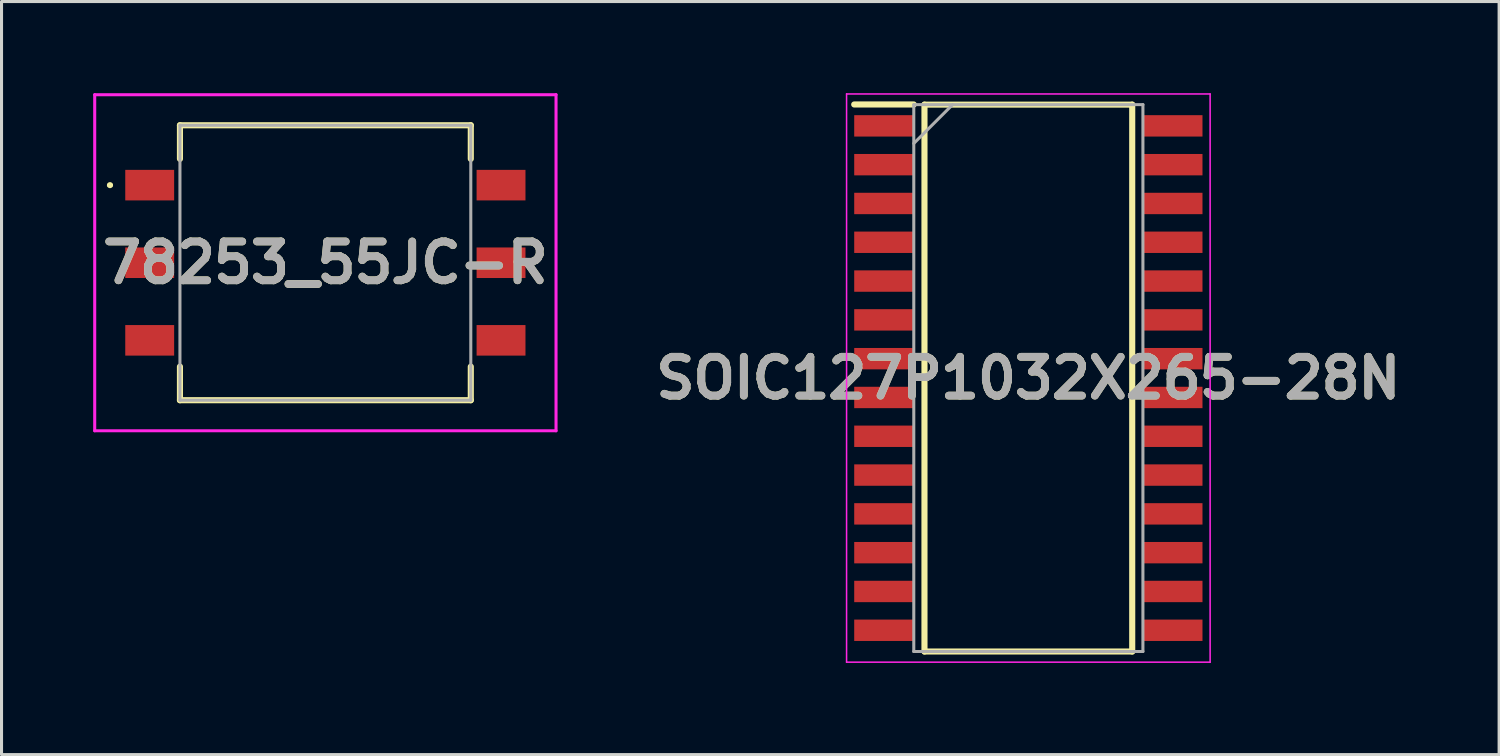
<source format=kicad_pcb>
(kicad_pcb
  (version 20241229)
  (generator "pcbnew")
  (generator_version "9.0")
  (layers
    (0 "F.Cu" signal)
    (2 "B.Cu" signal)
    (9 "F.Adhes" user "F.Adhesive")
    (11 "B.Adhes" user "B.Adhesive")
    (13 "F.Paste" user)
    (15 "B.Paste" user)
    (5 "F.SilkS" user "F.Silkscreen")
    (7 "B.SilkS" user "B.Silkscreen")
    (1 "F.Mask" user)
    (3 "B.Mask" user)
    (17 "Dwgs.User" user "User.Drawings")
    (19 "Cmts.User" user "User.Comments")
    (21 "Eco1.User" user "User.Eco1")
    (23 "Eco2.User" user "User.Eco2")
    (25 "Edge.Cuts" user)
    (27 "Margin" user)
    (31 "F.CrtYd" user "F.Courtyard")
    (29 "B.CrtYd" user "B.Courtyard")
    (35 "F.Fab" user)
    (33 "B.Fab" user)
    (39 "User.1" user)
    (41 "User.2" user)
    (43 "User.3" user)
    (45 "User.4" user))
  (footprint "SOIC127P1032X265-28N"
    (layer "F.Cu")
    (at 30.61 9.325)
    (property "Reference" "SOIC127P1032X265-28N" (at 0 0 0) (layer "F.SilkS") (effects (font (size 1.27 1.27) (thickness 0.254))))
    (attr smd)
    (fp_line (start -5.7 -8.955) (end -3.75 -8.955) (stroke (width 0.2) (type solid)) (layer "F.SilkS"))
    (fp_line (start -3.4 -8.95) (end 3.4 -8.95) (stroke (width 0.2) (type solid)) (layer "F.SilkS"))
    (fp_line (start -3.4 8.95) (end -3.4 -8.95) (stroke (width 0.2) (type solid)) (layer "F.SilkS"))
    (fp_line (start 3.4 -8.95) (end 3.4 8.95) (stroke (width 0.2) (type solid)) (layer "F.SilkS"))
    (fp_line (start 3.4 8.95) (end -3.4 8.95) (stroke (width 0.2) (type solid)) (layer "F.SilkS"))
    (fp_line (start -5.95 -9.3) (end 5.95 -9.3) (stroke (width 0.05) (type solid)) (layer "F.CrtYd"))
    (fp_line (start -5.95 9.3) (end -5.95 -9.3) (stroke (width 0.05) (type solid)) (layer "F.CrtYd"))
    (fp_line (start 5.95 -9.3) (end 5.95 9.3) (stroke (width 0.05) (type solid)) (layer "F.CrtYd"))
    (fp_line (start 5.95 9.3) (end -5.95 9.3) (stroke (width 0.05) (type solid)) (layer "F.CrtYd"))
    (fp_line (start -3.75 -8.95) (end 3.75 -8.95) (stroke (width 0.1) (type solid)) (layer "F.Fab"))
    (fp_line (start -3.75 -7.68) (end -2.48 -8.95) (stroke (width 0.1) (type solid)) (layer "F.Fab"))
    (fp_line (start -3.75 8.95) (end -3.75 -8.95) (stroke (width 0.1) (type solid)) (layer "F.Fab"))
    (fp_line (start 3.75 -8.95) (end 3.75 8.95) (stroke (width 0.1) (type solid)) (layer "F.Fab"))
    (fp_line (start 3.75 8.95) (end -3.75 8.95) (stroke (width 0.1) (type solid)) (layer "F.Fab"))
    (fp_text user "${REFERENCE}" (at 0 0 0) (layer "F.Fab") (effects (font (size 1.27 1.27) (thickness 0.254))))
    (pad "1" smd rect (at -4.725 -8.255 90) (size 0.7 1.95) (layers "F.Cu" "F.Mask" "F.Paste"))
    (pad "2" smd rect (at -4.725 -6.985 90) (size 0.7 1.95) (layers "F.Cu" "F.Mask" "F.Paste"))
    (pad "3" smd rect (at -4.725 -5.715 90) (size 0.7 1.95) (layers "F.Cu" "F.Mask" "F.Paste"))
    (pad "4" smd rect (at -4.725 -4.445 90) (size 0.7 1.95) (layers "F.Cu" "F.Mask" "F.Paste"))
    (pad "5" smd rect (at -4.725 -3.175 90) (size 0.7 1.95) (layers "F.Cu" "F.Mask" "F.Paste"))
    (pad "6" smd rect (at -4.725 -1.905 90) (size 0.7 1.95) (layers "F.Cu" "F.Mask" "F.Paste"))
    (pad "7" smd rect (at -4.725 -0.635 90) (size 0.7 1.95) (layers "F.Cu" "F.Mask" "F.Paste"))
    (pad "8" smd rect (at -4.725 0.635 90) (size 0.7 1.95) (layers "F.Cu" "F.Mask" "F.Paste"))
    (pad "9" smd rect (at -4.725 1.905 90) (size 0.7 1.95) (layers "F.Cu" "F.Mask" "F.Paste"))
    (pad "10" smd rect (at -4.725 3.175 90) (size 0.7 1.95) (layers "F.Cu" "F.Mask" "F.Paste"))
    (pad "11" smd rect (at -4.725 4.445 90) (size 0.7 1.95) (layers "F.Cu" "F.Mask" "F.Paste"))
    (pad "12" smd rect (at -4.725 5.715 90) (size 0.7 1.95) (layers "F.Cu" "F.Mask" "F.Paste"))
    (pad "13" smd rect (at -4.725 6.985 90) (size 0.7 1.95) (layers "F.Cu" "F.Mask" "F.Paste"))
    (pad "14" smd rect (at -4.725 8.255 90) (size 0.7 1.95) (layers "F.Cu" "F.Mask" "F.Paste"))
    (pad "15" smd rect (at 4.725 8.255 90) (size 0.7 1.95) (layers "F.Cu" "F.Mask" "F.Paste"))
    (pad "16" smd rect (at 4.725 6.985 90) (size 0.7 1.95) (layers "F.Cu" "F.Mask" "F.Paste"))
    (pad "17" smd rect (at 4.725 5.715 90) (size 0.7 1.95) (layers "F.Cu" "F.Mask" "F.Paste"))
    (pad "18" smd rect (at 4.725 4.445 90) (size 0.7 1.95) (layers "F.Cu" "F.Mask" "F.Paste"))
    (pad "19" smd rect (at 4.725 3.175 90) (size 0.7 1.95) (layers "F.Cu" "F.Mask" "F.Paste"))
    (pad "20" smd rect (at 4.725 1.905 90) (size 0.7 1.95) (layers "F.Cu" "F.Mask" "F.Paste"))
    (pad "21" smd rect (at 4.725 0.635 90) (size 0.7 1.95) (layers "F.Cu" "F.Mask" "F.Paste"))
    (pad "22" smd rect (at 4.725 -0.635 90) (size 0.7 1.95) (layers "F.Cu" "F.Mask" "F.Paste"))
    (pad "23" smd rect (at 4.725 -1.905 90) (size 0.7 1.95) (layers "F.Cu" "F.Mask" "F.Paste"))
    (pad "24" smd rect (at 4.725 -3.175 90) (size 0.7 1.95) (layers "F.Cu" "F.Mask" "F.Paste"))
    (pad "25" smd rect (at 4.725 -4.445 90) (size 0.7 1.95) (layers "F.Cu" "F.Mask" "F.Paste"))
    (pad "26" smd rect (at 4.725 -5.715 90) (size 0.7 1.95) (layers "F.Cu" "F.Mask" "F.Paste"))
    (pad "27" smd rect (at 4.725 -6.985 90) (size 0.7 1.95) (layers "F.Cu" "F.Mask" "F.Paste"))
    (pad "28" smd rect (at 4.725 -8.255 90) (size 0.7 1.95) (layers "F.Cu" "F.Mask" "F.Paste")))
  (footprint "78253_55JC-R"
    (layer "F.Cu")
    (at 7.6 5.55)
    (property "Reference" "78253_55JC-R" (at 0 0 0) (layer "F.SilkS") (effects (font (size 1.27 1.27) (thickness 0.254))))
    (attr smd)
    (fp_line (start -7.1 -2.54) (end -7.1 -2.54) (stroke (width 0.1) (type solid)) (layer "F.SilkS"))
    (fp_line (start -7 -2.54) (end -7 -2.54) (stroke (width 0.1) (type solid)) (layer "F.SilkS"))
    (fp_line (start -4.76 -4.5) (end 4.76 -4.5) (stroke (width 0.2) (type solid)) (layer "F.SilkS"))
    (fp_line (start -4.76 -3.4) (end -4.76 -4.5) (stroke (width 0.2) (type solid)) (layer "F.SilkS"))
    (fp_line (start -4.76 4.5) (end -4.76 3.4) (stroke (width 0.2) (type solid)) (layer "F.SilkS"))
    (fp_line (start 4.76 -4.5) (end 4.76 -3.4) (stroke (width 0.2) (type solid)) (layer "F.SilkS"))
    (fp_line (start 4.76 3.4) (end 4.76 4.5) (stroke (width 0.2) (type solid)) (layer "F.SilkS"))
    (fp_line (start 4.76 4.5) (end -4.76 4.5) (stroke (width 0.2) (type solid)) (layer "F.SilkS"))
    (fp_arc (start -7.1 -2.54) (mid -7.05 -2.59) (end -7 -2.54) (stroke (width 0.1) (type solid)) (layer "F.SilkS"))
    (fp_arc (start -7 -2.54) (mid -7.05 -2.49) (end -7.1 -2.54) (stroke (width 0.1) (type solid)) (layer "F.SilkS"))
    (fp_line (start -7.55 -5.5) (end 7.55 -5.5) (stroke (width 0.1) (type solid)) (layer "F.CrtYd"))
    (fp_line (start -7.55 5.5) (end -7.55 -5.5) (stroke (width 0.1) (type solid)) (layer "F.CrtYd"))
    (fp_line (start 7.55 -5.5) (end 7.55 5.5) (stroke (width 0.1) (type solid)) (layer "F.CrtYd"))
    (fp_line (start 7.55 5.5) (end -7.55 5.5) (stroke (width 0.1) (type solid)) (layer "F.CrtYd"))
    (fp_line (start -4.76 -4.5) (end 4.76 -4.5) (stroke (width 0.1) (type solid)) (layer "F.Fab"))
    (fp_line (start -4.76 4.5) (end -4.76 -4.5) (stroke (width 0.1) (type solid)) (layer "F.Fab"))
    (fp_line (start 4.76 -4.5) (end 4.76 4.5) (stroke (width 0.1) (type solid)) (layer "F.Fab"))
    (fp_line (start 4.76 4.5) (end -4.76 4.5) (stroke (width 0.1) (type solid)) (layer "F.Fab"))
    (fp_text user "${REFERENCE}" (at 0 0 0) (layer "F.Fab") (effects (font (size 1.27 1.27) (thickness 0.254))))
    (pad "1" smd rect (at -5.75 -2.54 90) (size 1 1.6) (layers "F.Cu" "F.Mask" "F.Paste"))
    (pad "2" smd rect (at -5.75 0 90) (size 1 1.6) (layers "F.Cu" "F.Mask" "F.Paste"))
    (pad "3" smd rect (at -5.75 2.54 90) (size 1 1.6) (layers "F.Cu" "F.Mask" "F.Paste"))
    (pad "4" smd rect (at 5.75 2.54 90) (size 1 1.6) (layers "F.Cu" "F.Mask" "F.Paste"))
    (pad "5" smd rect (at 5.75 0 90) (size 1 1.6) (layers "F.Cu" "F.Mask" "F.Paste"))
    (pad "6" smd rect (at 5.75 -2.54 90) (size 1 1.6) (layers "F.Cu" "F.Mask" "F.Paste")))
  (gr_rect
    (start -3 -3)
    (end 46.019 21.65)
    (stroke (width 0.1) (type default))
    (fill no)
    (layer "Edge.Cuts")))
</source>
